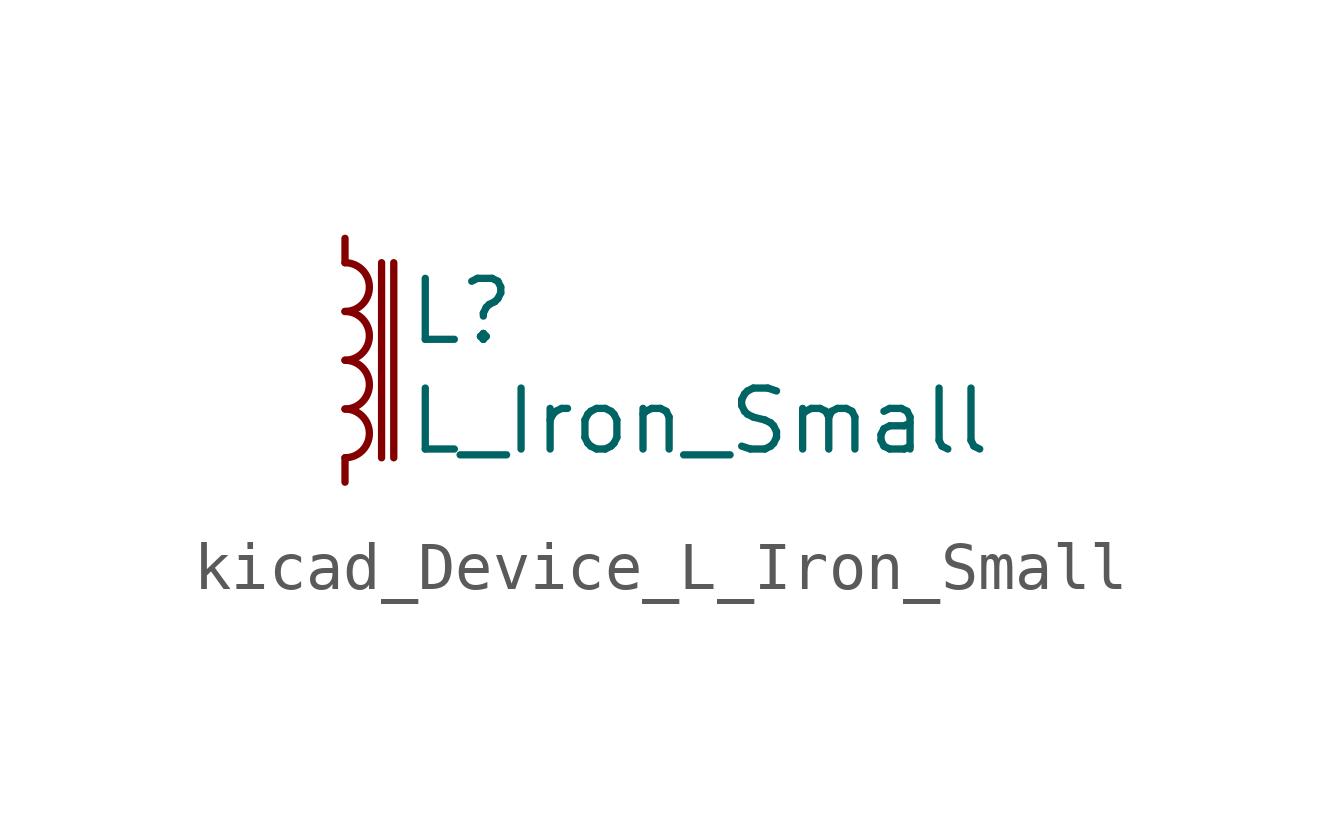
<source format=kicad_sym>
(kicad_symbol_lib
  (version 20220914)
  (generator kicad_symbol_editor)
  (symbol "kicad_Device_L_Iron_Small"
    (pin_numbers hide)
    (pin_names
      (offset 0.254) hide)
    (property "Reference" "L"
      (at 1.27 1.016 0)
      (effects (font (size 1.27 1.27)) (justify left)))
    (property "Value" "L_Iron_Small"
      (at 1.27 -1.27 0)
      (effects (font (size 1.27 1.27)) (justify left)))
    (symbol "kicad_Device_L_Iron_Small_0_1"
      (arc (start 0 -2.032) (mid 0.5058 -1.524) (end 0 -1.016) (stroke (width 0) (type default)) (fill (type none)))
      (arc (start 0 -1.016) (mid 0.5058 -0.508) (end 0 0) (stroke (width 0) (type default)) (fill (type none)))
      (polyline (pts (xy 0.762 2.032) (xy 0.762 -2.032)) (stroke (width 0) (type default)) (fill (type none)))
      (polyline (pts (xy 1.016 -2.032) (xy 1.016 2.032)) (stroke (width 0) (type default)) (fill (type none)))
      (arc (start 0 0) (mid 0.5058 0.508) (end 0 1.016) (stroke (width 0) (type default)) (fill (type none)))
      (arc (start 0 1.016) (mid 0.5058 1.524) (end 0 2.032) (stroke (width 0) (type default)) (fill (type none))))
    (symbol "kicad_Device_L_Iron_Small_1_1"
      (pin passive line (at 0 2.54 270) (length 0.508) (name "~" (effects (font (size 1.27 1.27)))) (number "1" (effects (font (size 1.27 1.27)))))
      (pin passive line (at 0 -2.54 90) (length 0.508) (name "~" (effects (font (size 1.27 1.27)))) (number "2" (effects (font (size 1.27 1.27))))))))
</source>
